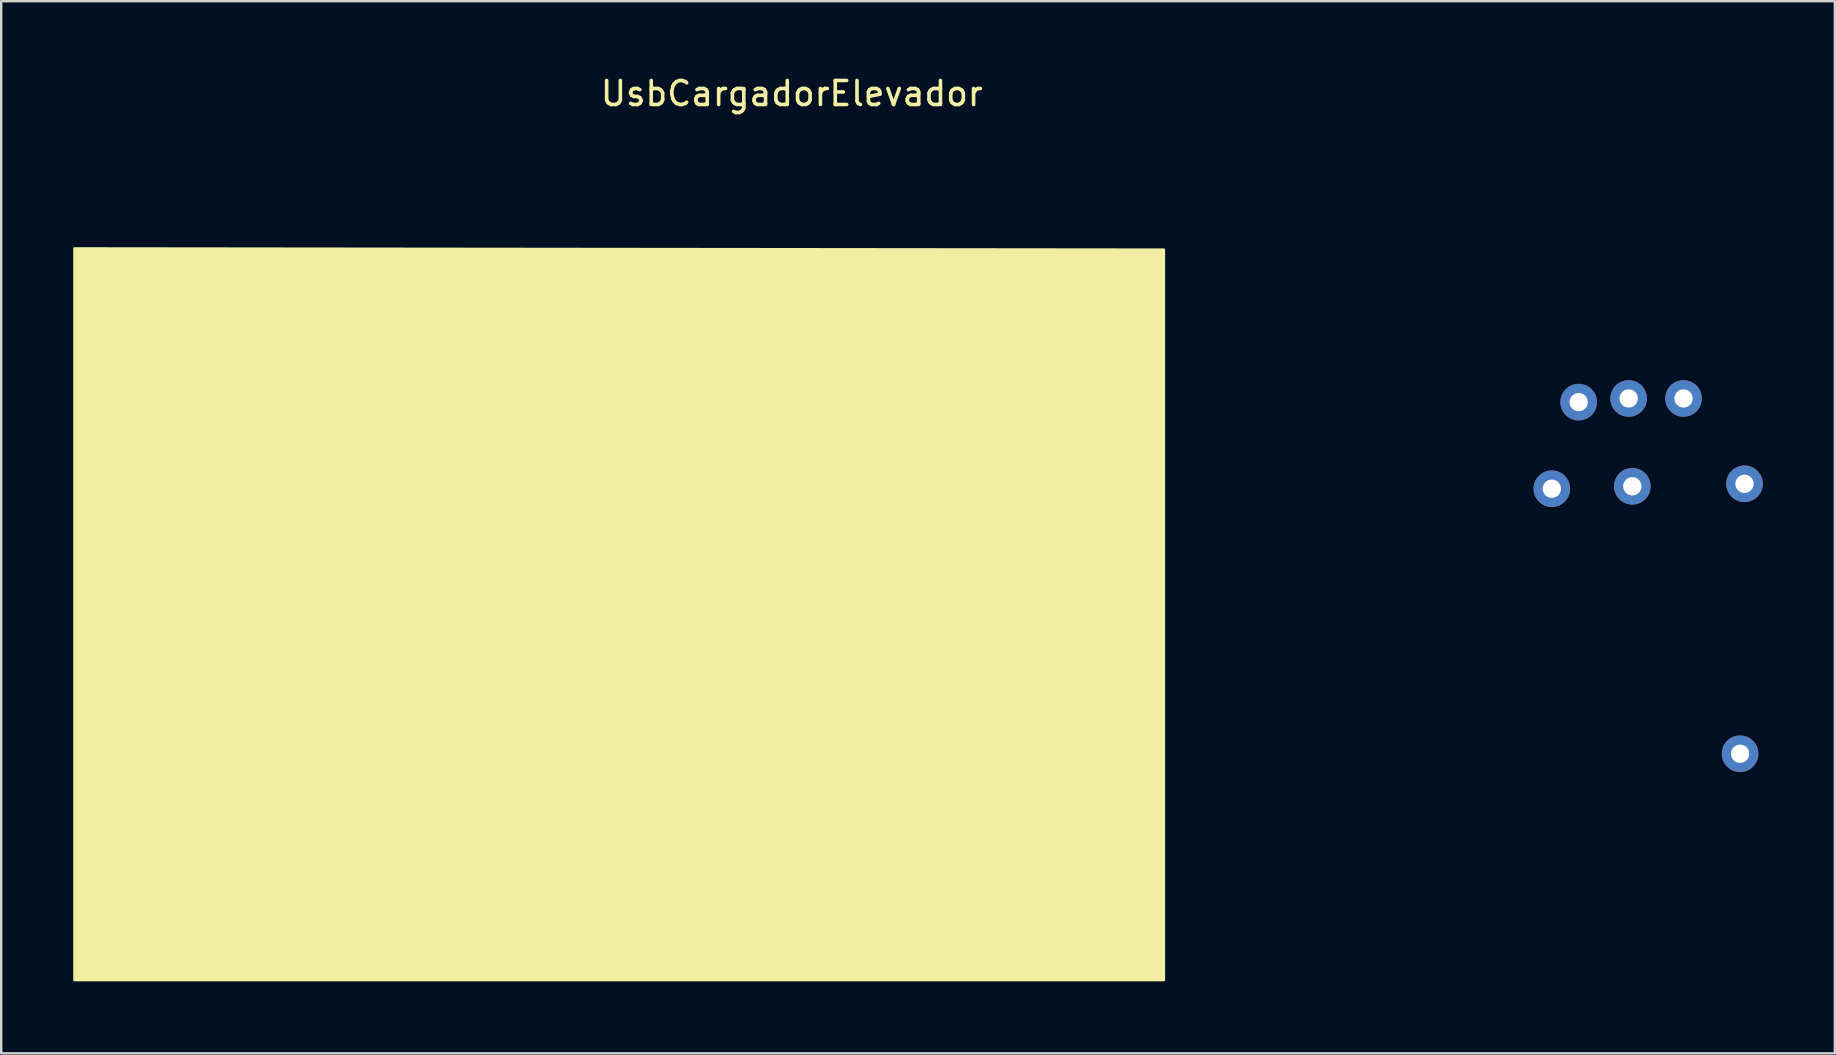
<source format=kicad_pcb>
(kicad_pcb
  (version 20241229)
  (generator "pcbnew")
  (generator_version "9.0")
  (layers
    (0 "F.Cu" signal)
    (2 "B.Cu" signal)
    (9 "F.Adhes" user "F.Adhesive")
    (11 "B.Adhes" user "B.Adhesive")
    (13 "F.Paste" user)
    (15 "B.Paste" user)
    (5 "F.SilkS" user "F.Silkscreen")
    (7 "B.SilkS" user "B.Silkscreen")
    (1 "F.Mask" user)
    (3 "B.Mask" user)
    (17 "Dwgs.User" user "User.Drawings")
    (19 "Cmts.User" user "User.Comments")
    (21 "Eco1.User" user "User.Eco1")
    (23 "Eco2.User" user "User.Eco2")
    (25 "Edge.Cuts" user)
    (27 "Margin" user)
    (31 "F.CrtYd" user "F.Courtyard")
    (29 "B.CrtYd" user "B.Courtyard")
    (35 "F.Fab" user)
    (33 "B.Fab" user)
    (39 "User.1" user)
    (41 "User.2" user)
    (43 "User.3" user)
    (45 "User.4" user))
  (footprint "UsbCargadorElevador"
    (layer "F.Cu")
    (at 45.434 7.348)
    (property "Reference" "UsbCargadorElevador" (at -15.5 -6.5 0) (layer "F.SilkS") (effects (font (size 1 1) (thickness 0.15))))
    (attr through_hole)
    (fp_poly (pts (xy 0 0) (xy 0 30.429) (xy -45.384 30.429) (xy -45.384 -0.051)) (stroke (width 0.1) (type solid)) (fill yes) (layer "F.SilkS"))
    (pad "1" thru_hole circle (at 24 21) (size 1.524 1.524) (drill 0.762) (layers "*.Cu" "*.Mask"))
    (pad "2" thru_hole circle (at 17.276 6.353) (size 1.524 1.524) (drill 0.762) (layers "*.Cu" "*.Mask"))
    (pad "3" thru_hole circle (at 19.358 6.2) (size 1.524 1.524) (drill 0.762) (layers "*.Cu" "*.Mask"))
    (pad "4" thru_hole circle (at 21.644 6.2) (size 1.524 1.524) (drill 0.762) (layers "*.Cu" "*.Mask"))
    (pad "5" thru_hole circle (at 16.158 9.96) (size 1.524 1.524) (drill 0.762) (layers "*.Cu" "*.Mask"))
    (pad "6" thru_hole circle (at 19.511 9.858) (size 1.524 1.524) (drill 0.762) (layers "*.Cu" "*.Mask"))
    (pad "7" thru_hole circle (at 24.184 9.756) (size 1.524 1.524) (drill 0.762) (layers "*.Cu" "*.Mask")))
  (gr_rect
    (start -3 -3)
    (end 73.381 40.827)
    (stroke (width 0.1) (type default))
    (fill no)
    (layer "Edge.Cuts")))
</source>
